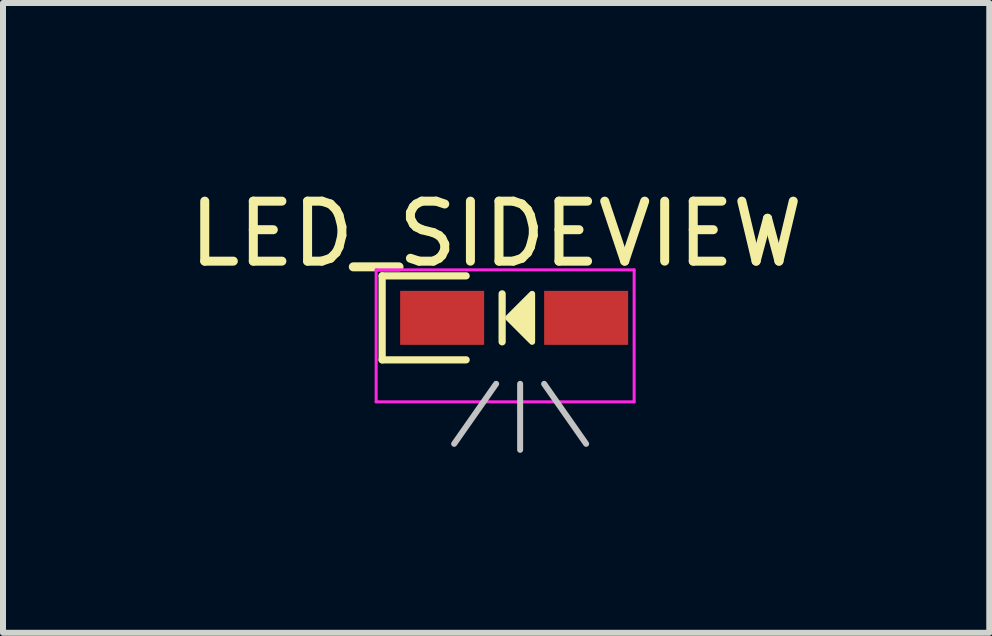
<source format=kicad_pcb>
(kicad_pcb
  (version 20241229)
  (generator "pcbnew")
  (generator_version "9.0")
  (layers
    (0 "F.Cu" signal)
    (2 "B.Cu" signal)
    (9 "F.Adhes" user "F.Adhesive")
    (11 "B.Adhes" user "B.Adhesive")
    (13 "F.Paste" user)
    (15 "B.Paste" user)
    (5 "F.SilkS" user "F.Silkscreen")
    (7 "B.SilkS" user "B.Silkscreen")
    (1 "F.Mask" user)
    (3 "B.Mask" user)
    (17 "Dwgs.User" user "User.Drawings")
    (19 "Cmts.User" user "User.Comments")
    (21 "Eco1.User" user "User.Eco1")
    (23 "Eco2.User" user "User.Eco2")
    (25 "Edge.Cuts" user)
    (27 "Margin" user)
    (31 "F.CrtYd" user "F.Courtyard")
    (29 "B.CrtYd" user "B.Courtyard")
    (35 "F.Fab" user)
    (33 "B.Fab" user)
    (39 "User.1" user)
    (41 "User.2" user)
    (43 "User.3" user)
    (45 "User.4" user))
  (footprint "LED_SIDEVIEW"
    (layer "F.Cu")
    (at 5.52 2.248)
    (property "Reference" "LED_SIDEVIEW" (at -0.3 -1.4 0) (unlocked yes) (layer "F.SilkS") (effects (font (size 1 1) (thickness 0.15))))
    (attr through_hole)
    (fp_line (start -2.2 -0.7) (end -2.2 0.7) (stroke (width 0.12) (type solid)) (layer "F.SilkS"))
    (fp_line (start -2.2 0.7) (end -0.8 0.7) (stroke (width 0.12) (type solid)) (layer "F.SilkS"))
    (fp_line (start -0.8 -0.7) (end -2.2 -0.7) (stroke (width 0.12) (type solid)) (layer "F.SilkS"))
    (fp_line (start -0.2 -0.4) (end -0.2 0.4) (stroke (width 0.12) (type solid)) (layer "F.SilkS"))
    (fp_poly (pts (xy 0.3 0.4) (xy -0.1 0) (xy 0.3 -0.4)) (stroke (width 0.1) (type solid)) (fill yes) (layer "F.SilkS"))
    (fp_line (start -0.3 1.1) (end -1 2.1) (stroke (width 0.1) (type solid)) (layer "Dwgs.User"))
    (fp_line (start 0.1 1.1) (end 0.1 2.2) (stroke (width 0.1) (type solid)) (layer "Dwgs.User"))
    (fp_line (start 0.5 1.1) (end 1.2 2.1) (stroke (width 0.1) (type solid)) (layer "Dwgs.User"))
    (fp_line (start -2.3 -0.8) (end 2 -0.8) (stroke (width 0.05) (type solid)) (layer "F.CrtYd"))
    (fp_line (start -2.3 1.4) (end -2.3 -0.8) (stroke (width 0.05) (type solid)) (layer "F.CrtYd"))
    (fp_line (start 2 -0.8) (end 2 1.4) (stroke (width 0.05) (type solid)) (layer "F.CrtYd"))
    (fp_line (start 2 1.4) (end -2.3 1.4) (stroke (width 0.05) (type solid)) (layer "F.CrtYd"))
    (pad "1" smd rect (at -1.2 0) (size 1.4 0.9) (layers "F.Cu" "F.Mask" "F.Paste"))
    (pad "2" smd rect (at 1.2 0) (size 1.4 0.9) (layers "F.Cu" "F.Mask" "F.Paste")))
  (gr_rect
    (start -3 -3)
    (end 13.44 7.498)
    (stroke (width 0.1) (type default))
    (fill no)
    (layer "Edge.Cuts")))
</source>
